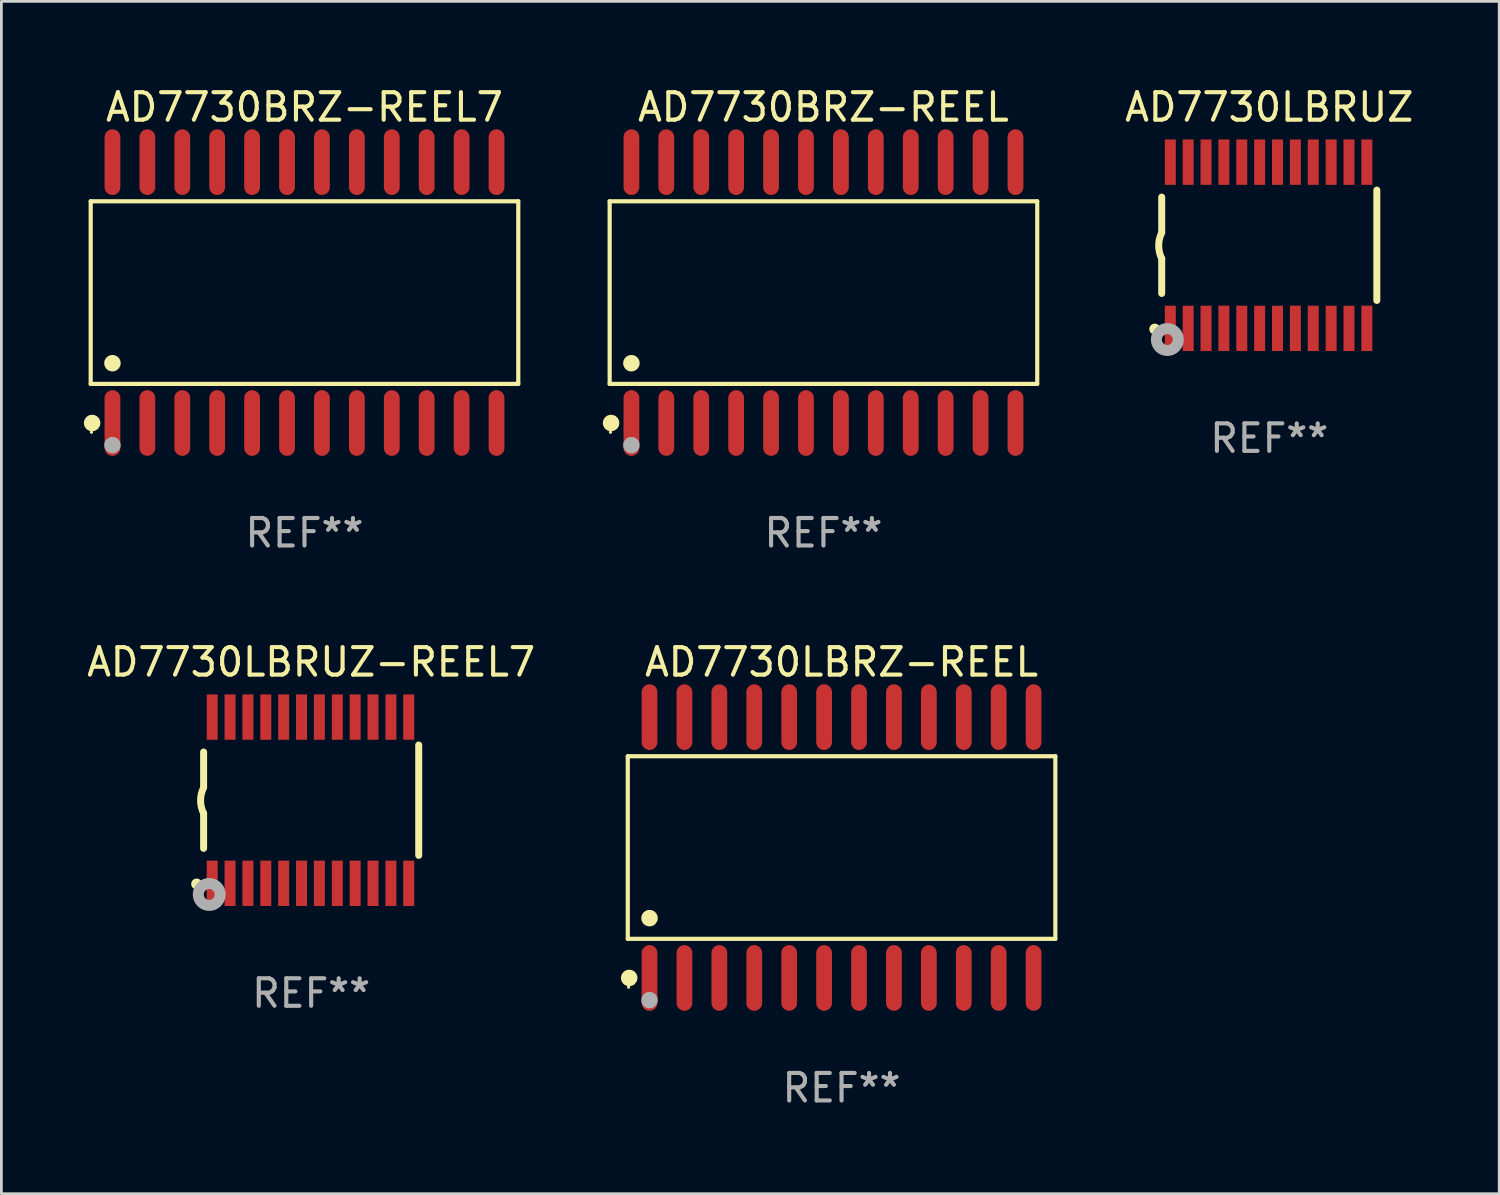
<source format=kicad_pcb>
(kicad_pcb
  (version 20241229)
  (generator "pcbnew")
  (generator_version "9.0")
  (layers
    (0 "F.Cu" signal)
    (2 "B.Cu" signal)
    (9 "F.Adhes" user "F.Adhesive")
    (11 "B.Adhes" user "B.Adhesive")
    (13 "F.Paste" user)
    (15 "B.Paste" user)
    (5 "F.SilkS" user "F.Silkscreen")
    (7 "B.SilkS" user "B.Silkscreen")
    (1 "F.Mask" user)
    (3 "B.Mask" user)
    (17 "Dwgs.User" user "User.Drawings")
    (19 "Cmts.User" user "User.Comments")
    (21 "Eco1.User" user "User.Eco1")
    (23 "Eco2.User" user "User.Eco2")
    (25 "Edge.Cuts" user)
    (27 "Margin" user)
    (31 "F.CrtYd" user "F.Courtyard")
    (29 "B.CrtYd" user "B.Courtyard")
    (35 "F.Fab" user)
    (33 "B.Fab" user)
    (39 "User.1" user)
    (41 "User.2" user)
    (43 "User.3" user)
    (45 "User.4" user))
  (footprint "AD7730BRZ-REEL"
    (layer "F.Cu")
    (at 26.901 7.592)
    (property "Reference" "AD7730BRZ-REEL" (at 0 -6.744 0) (layer "F.SilkS") (effects (font (size 1 1) (thickness 0.15))))
    (attr through_hole)
    (fp_line (start -7.776 -3.321) (end 7.776 -3.321) (stroke (width 0.152) (type solid)) (layer "F.SilkS"))
    (fp_line (start -7.776 3.321) (end -7.776 -3.321) (stroke (width 0.152) (type solid)) (layer "F.SilkS"))
    (fp_line (start 7.776 -3.321) (end 7.776 3.321) (stroke (width 0.152) (type solid)) (layer "F.SilkS"))
    (fp_line (start 7.776 3.321) (end -7.776 3.321) (stroke (width 0.152) (type solid)) (layer "F.SilkS"))
    (fp_circle (center -7.747 5.08) (end -7.717 5.08) (stroke (width 0.06) (type solid)) (fill no) (layer "F.SilkS"))
    (fp_circle (center -7.724 4.744) (end -7.574 4.744) (stroke (width 0.3) (type solid)) (fill no) (layer "F.SilkS"))
    (fp_circle (center -6.985 2.569) (end -6.835 2.569) (stroke (width 0.3) (type solid)) (fill no) (layer "F.SilkS"))
    (fp_circle (center -6.985 5.55) (end -6.835 5.55) (stroke (width 0.3) (type solid)) (fill no) (layer "F.Fab"))
    (fp_text user "REF**" (at 0 8.744 0) (layer "F.Fab") (effects (font (size 1 1) (thickness 0.15))))
    (pad "1" smd oval (at -6.985 4.744) (size 0.574 2.388) (layers "F.Cu" "F.Mask" "F.Paste"))
    (pad "2" smd oval (at -5.715 4.744) (size 0.574 2.388) (layers "F.Cu" "F.Mask" "F.Paste"))
    (pad "3" smd oval (at -4.445 4.744) (size 0.574 2.388) (layers "F.Cu" "F.Mask" "F.Paste"))
    (pad "4" smd oval (at -3.175 4.744) (size 0.574 2.388) (layers "F.Cu" "F.Mask" "F.Paste"))
    (pad "5" smd oval (at -1.905 4.744) (size 0.574 2.388) (layers "F.Cu" "F.Mask" "F.Paste"))
    (pad "6" smd oval (at -0.635 4.744) (size 0.574 2.388) (layers "F.Cu" "F.Mask" "F.Paste"))
    (pad "7" smd oval (at 0.635 4.744) (size 0.574 2.388) (layers "F.Cu" "F.Mask" "F.Paste"))
    (pad "8" smd oval (at 1.905 4.744) (size 0.574 2.388) (layers "F.Cu" "F.Mask" "F.Paste"))
    (pad "9" smd oval (at 3.175 4.744) (size 0.574 2.388) (layers "F.Cu" "F.Mask" "F.Paste"))
    (pad "10" smd oval (at 4.445 4.744) (size 0.574 2.388) (layers "F.Cu" "F.Mask" "F.Paste"))
    (pad "11" smd oval (at 5.715 4.744) (size 0.574 2.388) (layers "F.Cu" "F.Mask" "F.Paste"))
    (pad "12" smd oval (at 6.985 4.744) (size 0.574 2.388) (layers "F.Cu" "F.Mask" "F.Paste"))
    (pad "13" smd oval (at 6.985 -4.744) (size 0.574 2.388) (layers "F.Cu" "F.Mask" "F.Paste"))
    (pad "14" smd oval (at 5.715 -4.744) (size 0.574 2.388) (layers "F.Cu" "F.Mask" "F.Paste"))
    (pad "15" smd oval (at 4.445 -4.744) (size 0.574 2.388) (layers "F.Cu" "F.Mask" "F.Paste"))
    (pad "16" smd oval (at 3.175 -4.744) (size 0.574 2.388) (layers "F.Cu" "F.Mask" "F.Paste"))
    (pad "17" smd oval (at 1.905 -4.744) (size 0.574 2.388) (layers "F.Cu" "F.Mask" "F.Paste"))
    (pad "18" smd oval (at 0.635 -4.744) (size 0.574 2.388) (layers "F.Cu" "F.Mask" "F.Paste"))
    (pad "19" smd oval (at -0.635 -4.744) (size 0.574 2.388) (layers "F.Cu" "F.Mask" "F.Paste"))
    (pad "20" smd oval (at -1.905 -4.744) (size 0.574 2.388) (layers "F.Cu" "F.Mask" "F.Paste"))
    (pad "21" smd oval (at -3.175 -4.744) (size 0.574 2.388) (layers "F.Cu" "F.Mask" "F.Paste"))
    (pad "22" smd oval (at -4.445 -4.744) (size 0.574 2.388) (layers "F.Cu" "F.Mask" "F.Paste"))
    (pad "23" smd oval (at -5.715 -4.744) (size 0.574 2.388) (layers "F.Cu" "F.Mask" "F.Paste"))
    (pad "24" smd oval (at -6.985 -4.744) (size 0.574 2.388) (layers "F.Cu" "F.Mask" "F.Paste")))
  (footprint "AD7730LBRUZ-REEL7"
    (layer "F.Cu")
    (at 8.268 26.055)
    (property "Reference" "AD7730LBRUZ-REEL7" (at 0 -5.023 0) (layer "F.SilkS") (effects (font (size 1 1) (thickness 0.15))))
    (attr through_hole)
    (fp_line (start -3.912 -0.483) (end -3.912 -1.753) (stroke (width 0.254) (type solid)) (layer "F.SilkS"))
    (fp_line (start -3.912 1.753) (end -3.912 0.483) (stroke (width 0.254) (type solid)) (layer "F.SilkS"))
    (fp_line (start 3.912 -2.007) (end 3.912 2.007) (stroke (width 0.254) (type solid)) (layer "F.SilkS"))
    (fp_arc (start -3.911608 0.482601) (mid -4.022537 0.0127) (end -3.911608 -0.457201) (stroke (width 0.254001) (type solid)) (layer "F.SilkS"))
    (fp_circle (center -4.166 3.048) (end -4.066 3.048) (stroke (width 0.2) (type solid)) (fill no) (layer "F.SilkS"))
    (fp_circle (center -3.925 3.186) (end -3.895 3.186) (stroke (width 0.06) (type solid)) (fill no) (layer "F.SilkS"))
    (fp_circle (center -3.708 3.429) (end -3.509 3.429) (stroke (width 0.4) (type solid)) (fill no) (layer "F.Fab"))
    (fp_text user "REF**" (at 0 7.023 0) (layer "F.Fab") (effects (font (size 1 1) (thickness 0.15))))
    (pad "1" smd rect (at -3.6 3.023) (size 0.4 1.65) (layers "F.Cu" "F.Mask" "F.Paste"))
    (pad "2" smd rect (at -2.95 3.023) (size 0.4 1.65) (layers "F.Cu" "F.Mask" "F.Paste"))
    (pad "3" smd rect (at -2.3 3.023) (size 0.4 1.65) (layers "F.Cu" "F.Mask" "F.Paste"))
    (pad "4" smd rect (at -1.65 3.023) (size 0.4 1.65) (layers "F.Cu" "F.Mask" "F.Paste"))
    (pad "5" smd rect (at -1 3.023) (size 0.4 1.65) (layers "F.Cu" "F.Mask" "F.Paste"))
    (pad "6" smd rect (at -0.35 3.023) (size 0.4 1.65) (layers "F.Cu" "F.Mask" "F.Paste"))
    (pad "7" smd rect (at 0.299 3.023) (size 0.4 1.65) (layers "F.Cu" "F.Mask" "F.Paste"))
    (pad "8" smd rect (at 0.95 3.023) (size 0.4 1.65) (layers "F.Cu" "F.Mask" "F.Paste"))
    (pad "9" smd rect (at 1.6 3.023) (size 0.4 1.65) (layers "F.Cu" "F.Mask" "F.Paste"))
    (pad "10" smd rect (at 2.25 3.023) (size 0.4 1.65) (layers "F.Cu" "F.Mask" "F.Paste"))
    (pad "11" smd rect (at 2.9 3.023) (size 0.4 1.65) (layers "F.Cu" "F.Mask" "F.Paste"))
    (pad "12" smd rect (at 3.549 3.023) (size 0.4 1.65) (layers "F.Cu" "F.Mask" "F.Paste"))
    (pad "13" smd rect (at 3.549 -3.023) (size 0.4 1.65) (layers "F.Cu" "F.Mask" "F.Paste"))
    (pad "14" smd rect (at 2.9 -3.023) (size 0.4 1.65) (layers "F.Cu" "F.Mask" "F.Paste"))
    (pad "15" smd rect (at 2.25 -3.023) (size 0.4 1.65) (layers "F.Cu" "F.Mask" "F.Paste"))
    (pad "16" smd rect (at 1.6 -3.023) (size 0.4 1.65) (layers "F.Cu" "F.Mask" "F.Paste"))
    (pad "17" smd rect (at 0.95 -3.023) (size 0.4 1.65) (layers "F.Cu" "F.Mask" "F.Paste"))
    (pad "18" smd rect (at 0.299 -3.023) (size 0.4 1.65) (layers "F.Cu" "F.Mask" "F.Paste"))
    (pad "19" smd rect (at -0.35 -3.023) (size 0.4 1.65) (layers "F.Cu" "F.Mask" "F.Paste"))
    (pad "20" smd rect (at -1 -3.023) (size 0.4 1.65) (layers "F.Cu" "F.Mask" "F.Paste"))
    (pad "21" smd rect (at -1.65 -3.023) (size 0.4 1.65) (layers "F.Cu" "F.Mask" "F.Paste"))
    (pad "22" smd rect (at -2.3 -3.023) (size 0.4 1.65) (layers "F.Cu" "F.Mask" "F.Paste"))
    (pad "23" smd rect (at -2.95 -3.023) (size 0.4 1.65) (layers "F.Cu" "F.Mask" "F.Paste"))
    (pad "24" smd rect (at -3.6 -3.023) (size 0.4 1.65) (layers "F.Cu" "F.Mask" "F.Paste")))
  (footprint "AD7730BRZ-REEL7"
    (layer "F.Cu")
    (at 8.025 7.592)
    (property "Reference" "AD7730BRZ-REEL7" (at 0 -6.744 0) (layer "F.SilkS") (effects (font (size 1 1) (thickness 0.15))))
    (attr through_hole)
    (fp_line (start -7.776 -3.321) (end 7.776 -3.321) (stroke (width 0.152) (type solid)) (layer "F.SilkS"))
    (fp_line (start -7.776 3.321) (end -7.776 -3.321) (stroke (width 0.152) (type solid)) (layer "F.SilkS"))
    (fp_line (start 7.776 -3.321) (end 7.776 3.321) (stroke (width 0.152) (type solid)) (layer "F.SilkS"))
    (fp_line (start 7.776 3.321) (end -7.776 3.321) (stroke (width 0.152) (type solid)) (layer "F.SilkS"))
    (fp_circle (center -7.747 5.08) (end -7.717 5.08) (stroke (width 0.06) (type solid)) (fill no) (layer "F.SilkS"))
    (fp_circle (center -7.724 4.744) (end -7.574 4.744) (stroke (width 0.3) (type solid)) (fill no) (layer "F.SilkS"))
    (fp_circle (center -6.985 2.569) (end -6.835 2.569) (stroke (width 0.3) (type solid)) (fill no) (layer "F.SilkS"))
    (fp_circle (center -6.985 5.55) (end -6.835 5.55) (stroke (width 0.3) (type solid)) (fill no) (layer "F.Fab"))
    (fp_text user "REF**" (at 0 8.744 0) (layer "F.Fab") (effects (font (size 1 1) (thickness 0.15))))
    (pad "1" smd oval (at -6.985 4.744) (size 0.574 2.388) (layers "F.Cu" "F.Mask" "F.Paste"))
    (pad "2" smd oval (at -5.715 4.744) (size 0.574 2.388) (layers "F.Cu" "F.Mask" "F.Paste"))
    (pad "3" smd oval (at -4.445 4.744) (size 0.574 2.388) (layers "F.Cu" "F.Mask" "F.Paste"))
    (pad "4" smd oval (at -3.175 4.744) (size 0.574 2.388) (layers "F.Cu" "F.Mask" "F.Paste"))
    (pad "5" smd oval (at -1.905 4.744) (size 0.574 2.388) (layers "F.Cu" "F.Mask" "F.Paste"))
    (pad "6" smd oval (at -0.635 4.744) (size 0.574 2.388) (layers "F.Cu" "F.Mask" "F.Paste"))
    (pad "7" smd oval (at 0.635 4.744) (size 0.574 2.388) (layers "F.Cu" "F.Mask" "F.Paste"))
    (pad "8" smd oval (at 1.905 4.744) (size 0.574 2.388) (layers "F.Cu" "F.Mask" "F.Paste"))
    (pad "9" smd oval (at 3.175 4.744) (size 0.574 2.388) (layers "F.Cu" "F.Mask" "F.Paste"))
    (pad "10" smd oval (at 4.445 4.744) (size 0.574 2.388) (layers "F.Cu" "F.Mask" "F.Paste"))
    (pad "11" smd oval (at 5.715 4.744) (size 0.574 2.388) (layers "F.Cu" "F.Mask" "F.Paste"))
    (pad "12" smd oval (at 6.985 4.744) (size 0.574 2.388) (layers "F.Cu" "F.Mask" "F.Paste"))
    (pad "13" smd oval (at 6.985 -4.744) (size 0.574 2.388) (layers "F.Cu" "F.Mask" "F.Paste"))
    (pad "14" smd oval (at 5.715 -4.744) (size 0.574 2.388) (layers "F.Cu" "F.Mask" "F.Paste"))
    (pad "15" smd oval (at 4.445 -4.744) (size 0.574 2.388) (layers "F.Cu" "F.Mask" "F.Paste"))
    (pad "16" smd oval (at 3.175 -4.744) (size 0.574 2.388) (layers "F.Cu" "F.Mask" "F.Paste"))
    (pad "17" smd oval (at 1.905 -4.744) (size 0.574 2.388) (layers "F.Cu" "F.Mask" "F.Paste"))
    (pad "18" smd oval (at 0.635 -4.744) (size 0.574 2.388) (layers "F.Cu" "F.Mask" "F.Paste"))
    (pad "19" smd oval (at -0.635 -4.744) (size 0.574 2.388) (layers "F.Cu" "F.Mask" "F.Paste"))
    (pad "20" smd oval (at -1.905 -4.744) (size 0.574 2.388) (layers "F.Cu" "F.Mask" "F.Paste"))
    (pad "21" smd oval (at -3.175 -4.744) (size 0.574 2.388) (layers "F.Cu" "F.Mask" "F.Paste"))
    (pad "22" smd oval (at -4.445 -4.744) (size 0.574 2.388) (layers "F.Cu" "F.Mask" "F.Paste"))
    (pad "23" smd oval (at -5.715 -4.744) (size 0.574 2.388) (layers "F.Cu" "F.Mask" "F.Paste"))
    (pad "24" smd oval (at -6.985 -4.744) (size 0.574 2.388) (layers "F.Cu" "F.Mask" "F.Paste")))
  (footprint "AD7730LBRUZ"
    (layer "F.Cu")
    (at 43.117 5.871)
    (property "Reference" "AD7730LBRUZ" (at 0 -5.023 0) (layer "F.SilkS") (effects (font (size 1 1) (thickness 0.15))))
    (attr through_hole)
    (fp_line (start -3.912 -0.483) (end -3.912 -1.753) (stroke (width 0.254) (type solid)) (layer "F.SilkS"))
    (fp_line (start -3.912 1.753) (end -3.912 0.483) (stroke (width 0.254) (type solid)) (layer "F.SilkS"))
    (fp_line (start 3.912 -2.007) (end 3.912 2.007) (stroke (width 0.254) (type solid)) (layer "F.SilkS"))
    (fp_arc (start -3.911608 0.482601) (mid -4.022537 0.0127) (end -3.911608 -0.457201) (stroke (width 0.254001) (type solid)) (layer "F.SilkS"))
    (fp_circle (center -4.166 3.048) (end -4.066 3.048) (stroke (width 0.2) (type solid)) (fill no) (layer "F.SilkS"))
    (fp_circle (center -3.925 3.186) (end -3.895 3.186) (stroke (width 0.06) (type solid)) (fill no) (layer "F.SilkS"))
    (fp_circle (center -3.708 3.429) (end -3.509 3.429) (stroke (width 0.4) (type solid)) (fill no) (layer "F.Fab"))
    (fp_text user "REF**" (at 0 7.023 0) (layer "F.Fab") (effects (font (size 1 1) (thickness 0.15))))
    (pad "1" smd rect (at -3.6 3.023) (size 0.4 1.65) (layers "F.Cu" "F.Mask" "F.Paste"))
    (pad "2" smd rect (at -2.95 3.023) (size 0.4 1.65) (layers "F.Cu" "F.Mask" "F.Paste"))
    (pad "3" smd rect (at -2.3 3.023) (size 0.4 1.65) (layers "F.Cu" "F.Mask" "F.Paste"))
    (pad "4" smd rect (at -1.65 3.023) (size 0.4 1.65) (layers "F.Cu" "F.Mask" "F.Paste"))
    (pad "5" smd rect (at -1 3.023) (size 0.4 1.65) (layers "F.Cu" "F.Mask" "F.Paste"))
    (pad "6" smd rect (at -0.35 3.023) (size 0.4 1.65) (layers "F.Cu" "F.Mask" "F.Paste"))
    (pad "7" smd rect (at 0.299 3.023) (size 0.4 1.65) (layers "F.Cu" "F.Mask" "F.Paste"))
    (pad "8" smd rect (at 0.95 3.023) (size 0.4 1.65) (layers "F.Cu" "F.Mask" "F.Paste"))
    (pad "9" smd rect (at 1.6 3.023) (size 0.4 1.65) (layers "F.Cu" "F.Mask" "F.Paste"))
    (pad "10" smd rect (at 2.25 3.023) (size 0.4 1.65) (layers "F.Cu" "F.Mask" "F.Paste"))
    (pad "11" smd rect (at 2.9 3.023) (size 0.4 1.65) (layers "F.Cu" "F.Mask" "F.Paste"))
    (pad "12" smd rect (at 3.549 3.023) (size 0.4 1.65) (layers "F.Cu" "F.Mask" "F.Paste"))
    (pad "13" smd rect (at 3.549 -3.023) (size 0.4 1.65) (layers "F.Cu" "F.Mask" "F.Paste"))
    (pad "14" smd rect (at 2.9 -3.023) (size 0.4 1.65) (layers "F.Cu" "F.Mask" "F.Paste"))
    (pad "15" smd rect (at 2.25 -3.023) (size 0.4 1.65) (layers "F.Cu" "F.Mask" "F.Paste"))
    (pad "16" smd rect (at 1.6 -3.023) (size 0.4 1.65) (layers "F.Cu" "F.Mask" "F.Paste"))
    (pad "17" smd rect (at 0.95 -3.023) (size 0.4 1.65) (layers "F.Cu" "F.Mask" "F.Paste"))
    (pad "18" smd rect (at 0.299 -3.023) (size 0.4 1.65) (layers "F.Cu" "F.Mask" "F.Paste"))
    (pad "19" smd rect (at -0.35 -3.023) (size 0.4 1.65) (layers "F.Cu" "F.Mask" "F.Paste"))
    (pad "20" smd rect (at -1 -3.023) (size 0.4 1.65) (layers "F.Cu" "F.Mask" "F.Paste"))
    (pad "21" smd rect (at -1.65 -3.023) (size 0.4 1.65) (layers "F.Cu" "F.Mask" "F.Paste"))
    (pad "22" smd rect (at -2.3 -3.023) (size 0.4 1.65) (layers "F.Cu" "F.Mask" "F.Paste"))
    (pad "23" smd rect (at -2.95 -3.023) (size 0.4 1.65) (layers "F.Cu" "F.Mask" "F.Paste"))
    (pad "24" smd rect (at -3.6 -3.023) (size 0.4 1.65) (layers "F.Cu" "F.Mask" "F.Paste")))
  (footprint "AD7730LBRZ-REEL"
    (layer "F.Cu")
    (at 27.56 27.777)
    (property "Reference" "AD7730LBRZ-REEL" (at 0 -6.744 0) (layer "F.SilkS") (effects (font (size 1 1) (thickness 0.15))))
    (attr through_hole)
    (fp_line (start -7.776 -3.321) (end 7.776 -3.321) (stroke (width 0.152) (type solid)) (layer "F.SilkS"))
    (fp_line (start -7.776 3.321) (end -7.776 -3.321) (stroke (width 0.152) (type solid)) (layer "F.SilkS"))
    (fp_line (start 7.776 -3.321) (end 7.776 3.321) (stroke (width 0.152) (type solid)) (layer "F.SilkS"))
    (fp_line (start 7.776 3.321) (end -7.776 3.321) (stroke (width 0.152) (type solid)) (layer "F.SilkS"))
    (fp_circle (center -7.747 5.08) (end -7.717 5.08) (stroke (width 0.06) (type solid)) (fill no) (layer "F.SilkS"))
    (fp_circle (center -7.724 4.744) (end -7.574 4.744) (stroke (width 0.3) (type solid)) (fill no) (layer "F.SilkS"))
    (fp_circle (center -6.985 2.569) (end -6.835 2.569) (stroke (width 0.3) (type solid)) (fill no) (layer "F.SilkS"))
    (fp_circle (center -6.985 5.55) (end -6.835 5.55) (stroke (width 0.3) (type solid)) (fill no) (layer "F.Fab"))
    (fp_text user "REF**" (at 0 8.744 0) (layer "F.Fab") (effects (font (size 1 1) (thickness 0.15))))
    (pad "1" smd oval (at -6.985 4.744) (size 0.574 2.388) (layers "F.Cu" "F.Mask" "F.Paste"))
    (pad "2" smd oval (at -5.715 4.744) (size 0.574 2.388) (layers "F.Cu" "F.Mask" "F.Paste"))
    (pad "3" smd oval (at -4.445 4.744) (size 0.574 2.388) (layers "F.Cu" "F.Mask" "F.Paste"))
    (pad "4" smd oval (at -3.175 4.744) (size 0.574 2.388) (layers "F.Cu" "F.Mask" "F.Paste"))
    (pad "5" smd oval (at -1.905 4.744) (size 0.574 2.388) (layers "F.Cu" "F.Mask" "F.Paste"))
    (pad "6" smd oval (at -0.635 4.744) (size 0.574 2.388) (layers "F.Cu" "F.Mask" "F.Paste"))
    (pad "7" smd oval (at 0.635 4.744) (size 0.574 2.388) (layers "F.Cu" "F.Mask" "F.Paste"))
    (pad "8" smd oval (at 1.905 4.744) (size 0.574 2.388) (layers "F.Cu" "F.Mask" "F.Paste"))
    (pad "9" smd oval (at 3.175 4.744) (size 0.574 2.388) (layers "F.Cu" "F.Mask" "F.Paste"))
    (pad "10" smd oval (at 4.445 4.744) (size 0.574 2.388) (layers "F.Cu" "F.Mask" "F.Paste"))
    (pad "11" smd oval (at 5.715 4.744) (size 0.574 2.388) (layers "F.Cu" "F.Mask" "F.Paste"))
    (pad "12" smd oval (at 6.985 4.744) (size 0.574 2.388) (layers "F.Cu" "F.Mask" "F.Paste"))
    (pad "13" smd oval (at 6.985 -4.744) (size 0.574 2.388) (layers "F.Cu" "F.Mask" "F.Paste"))
    (pad "14" smd oval (at 5.715 -4.744) (size 0.574 2.388) (layers "F.Cu" "F.Mask" "F.Paste"))
    (pad "15" smd oval (at 4.445 -4.744) (size 0.574 2.388) (layers "F.Cu" "F.Mask" "F.Paste"))
    (pad "16" smd oval (at 3.175 -4.744) (size 0.574 2.388) (layers "F.Cu" "F.Mask" "F.Paste"))
    (pad "17" smd oval (at 1.905 -4.744) (size 0.574 2.388) (layers "F.Cu" "F.Mask" "F.Paste"))
    (pad "18" smd oval (at 0.635 -4.744) (size 0.574 2.388) (layers "F.Cu" "F.Mask" "F.Paste"))
    (pad "19" smd oval (at -0.635 -4.744) (size 0.574 2.388) (layers "F.Cu" "F.Mask" "F.Paste"))
    (pad "20" smd oval (at -1.905 -4.744) (size 0.574 2.388) (layers "F.Cu" "F.Mask" "F.Paste"))
    (pad "21" smd oval (at -3.175 -4.744) (size 0.574 2.388) (layers "F.Cu" "F.Mask" "F.Paste"))
    (pad "22" smd oval (at -4.445 -4.744) (size 0.574 2.388) (layers "F.Cu" "F.Mask" "F.Paste"))
    (pad "23" smd oval (at -5.715 -4.744) (size 0.574 2.388) (layers "F.Cu" "F.Mask" "F.Paste"))
    (pad "24" smd oval (at -6.985 -4.744) (size 0.574 2.388) (layers "F.Cu" "F.Mask" "F.Paste")))
  (gr_rect
    (start -3 -3)
    (end 51.48 40.369)
    (stroke (width 0.1) (type default))
    (fill no)
    (layer "Edge.Cuts")))
</source>
